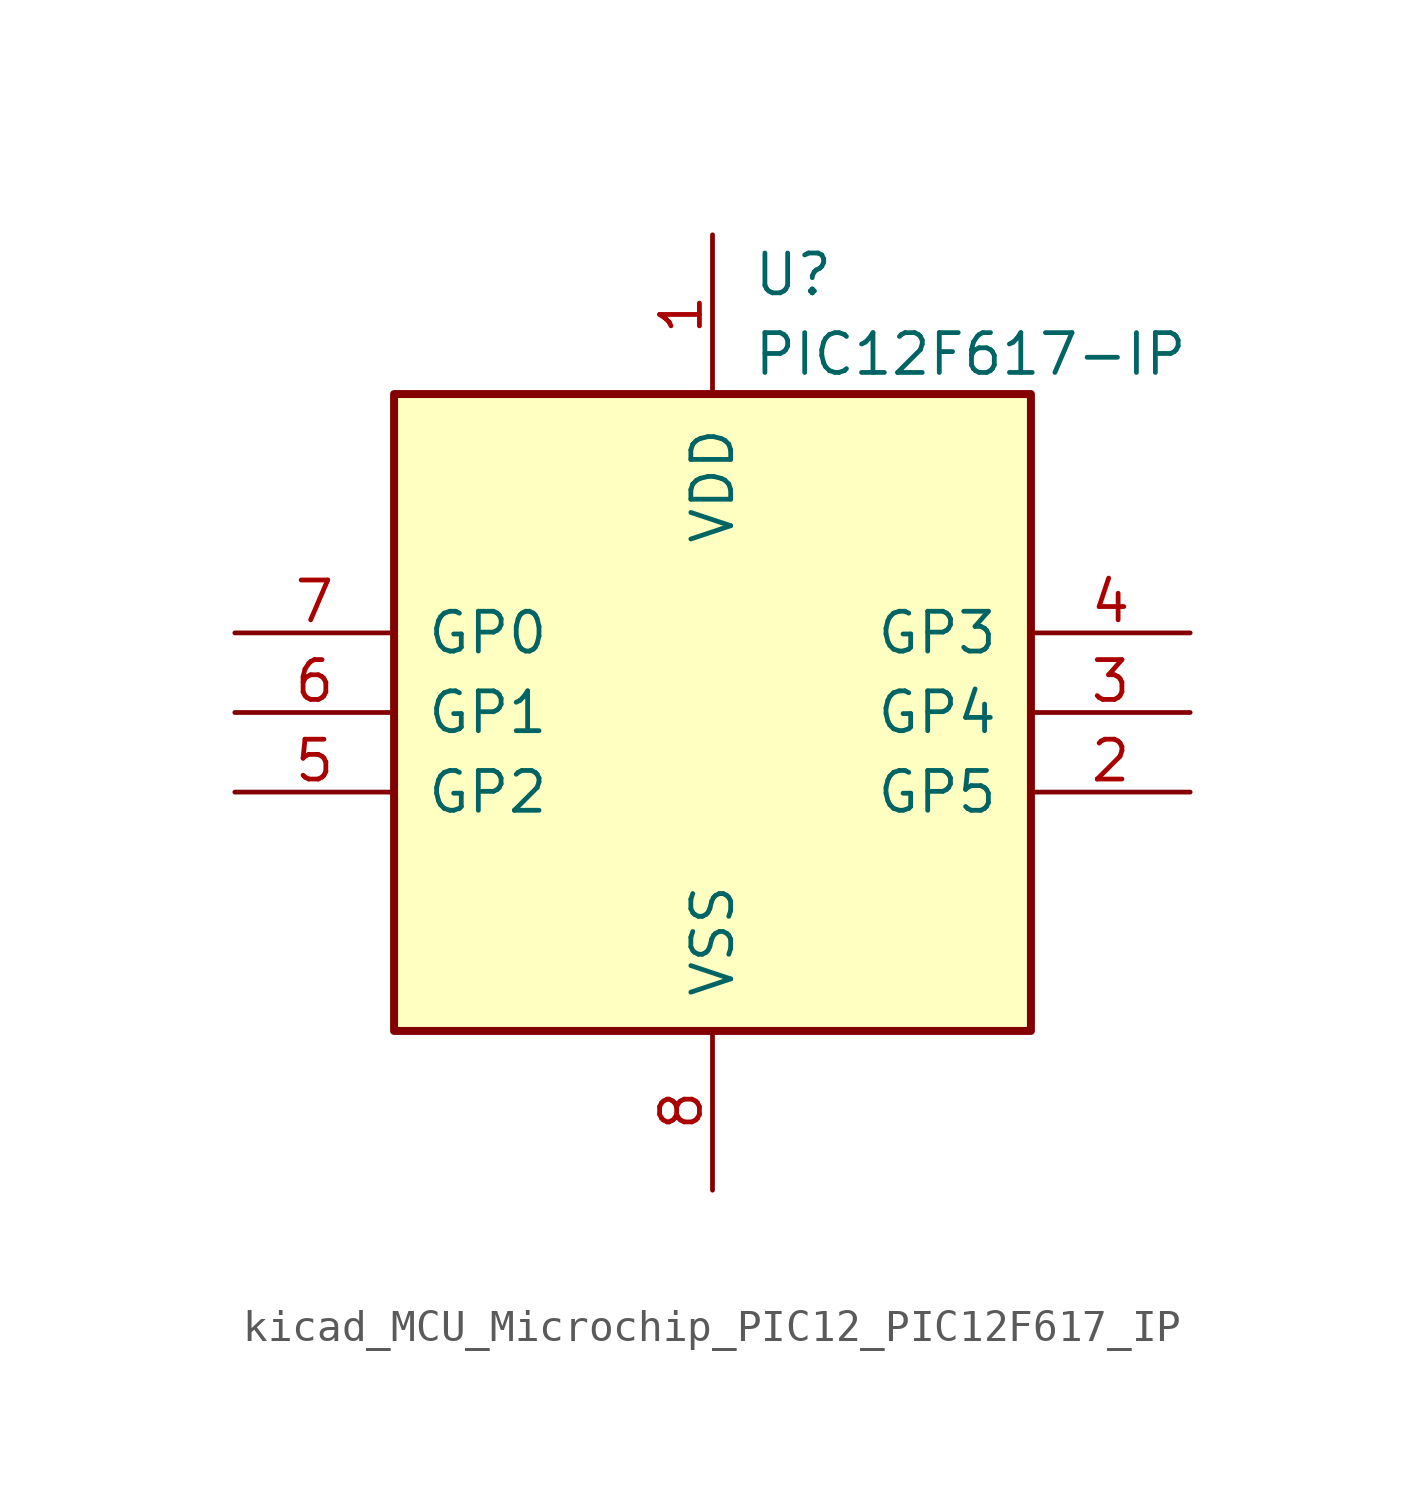
<source format=kicad_sym>
(kicad_symbol_lib
  (version 20220914)
  (generator kicad_symbol_editor)
  (symbol "kicad_MCU_Microchip_PIC12_PIC12F617_IP"
    (pin_names
      (offset 1.016))
    (property "Reference" "U"
      (at 1.27 13.97 0)
      (effects (font (size 1.27 1.27)) (justify left)))
    (property "Value" "PIC12F617-IP"
      (at 1.27 11.43 0)
      (effects (font (size 1.27 1.27)) (justify left)))
    (symbol "kicad_MCU_Microchip_PIC12_PIC12F617_IP_0_1"
      (rectangle (start 10.16 -10.16) (end -10.16 10.16) (stroke (width 0.254) (type default)) (fill (type background))))
    (symbol "kicad_MCU_Microchip_PIC12_PIC12F617_IP_1_1"
      (pin power_in line (at 0 15.24 270) (length 5.08) (name "VDD" (effects (font (size 1.27 1.27)))) (number "1" (effects (font (size 1.27 1.27)))))
      (pin bidirectional line (at 15.24 -2.54 180) (length 5.08) (name "GP5" (effects (font (size 1.27 1.27)))) (number "2" (effects (font (size 1.27 1.27)))))
      (pin bidirectional line (at 15.24 0 180) (length 5.08) (name "GP4" (effects (font (size 1.27 1.27)))) (number "3" (effects (font (size 1.27 1.27)))))
      (pin input line (at 15.24 2.54 180) (length 5.08) (name "GP3" (effects (font (size 1.27 1.27)))) (number "4" (effects (font (size 1.27 1.27)))))
      (pin bidirectional line (at -15.24 -2.54 0) (length 5.08) (name "GP2" (effects (font (size 1.27 1.27)))) (number "5" (effects (font (size 1.27 1.27)))))
      (pin bidirectional line (at -15.24 0 0) (length 5.08) (name "GP1" (effects (font (size 1.27 1.27)))) (number "6" (effects (font (size 1.27 1.27)))))
      (pin bidirectional line (at -15.24 2.54 0) (length 5.08) (name "GP0" (effects (font (size 1.27 1.27)))) (number "7" (effects (font (size 1.27 1.27)))))
      (pin power_in line (at 0 -15.24 90) (length 5.08) (name "VSS" (effects (font (size 1.27 1.27)))) (number "8" (effects (font (size 1.27 1.27))))))))
</source>
